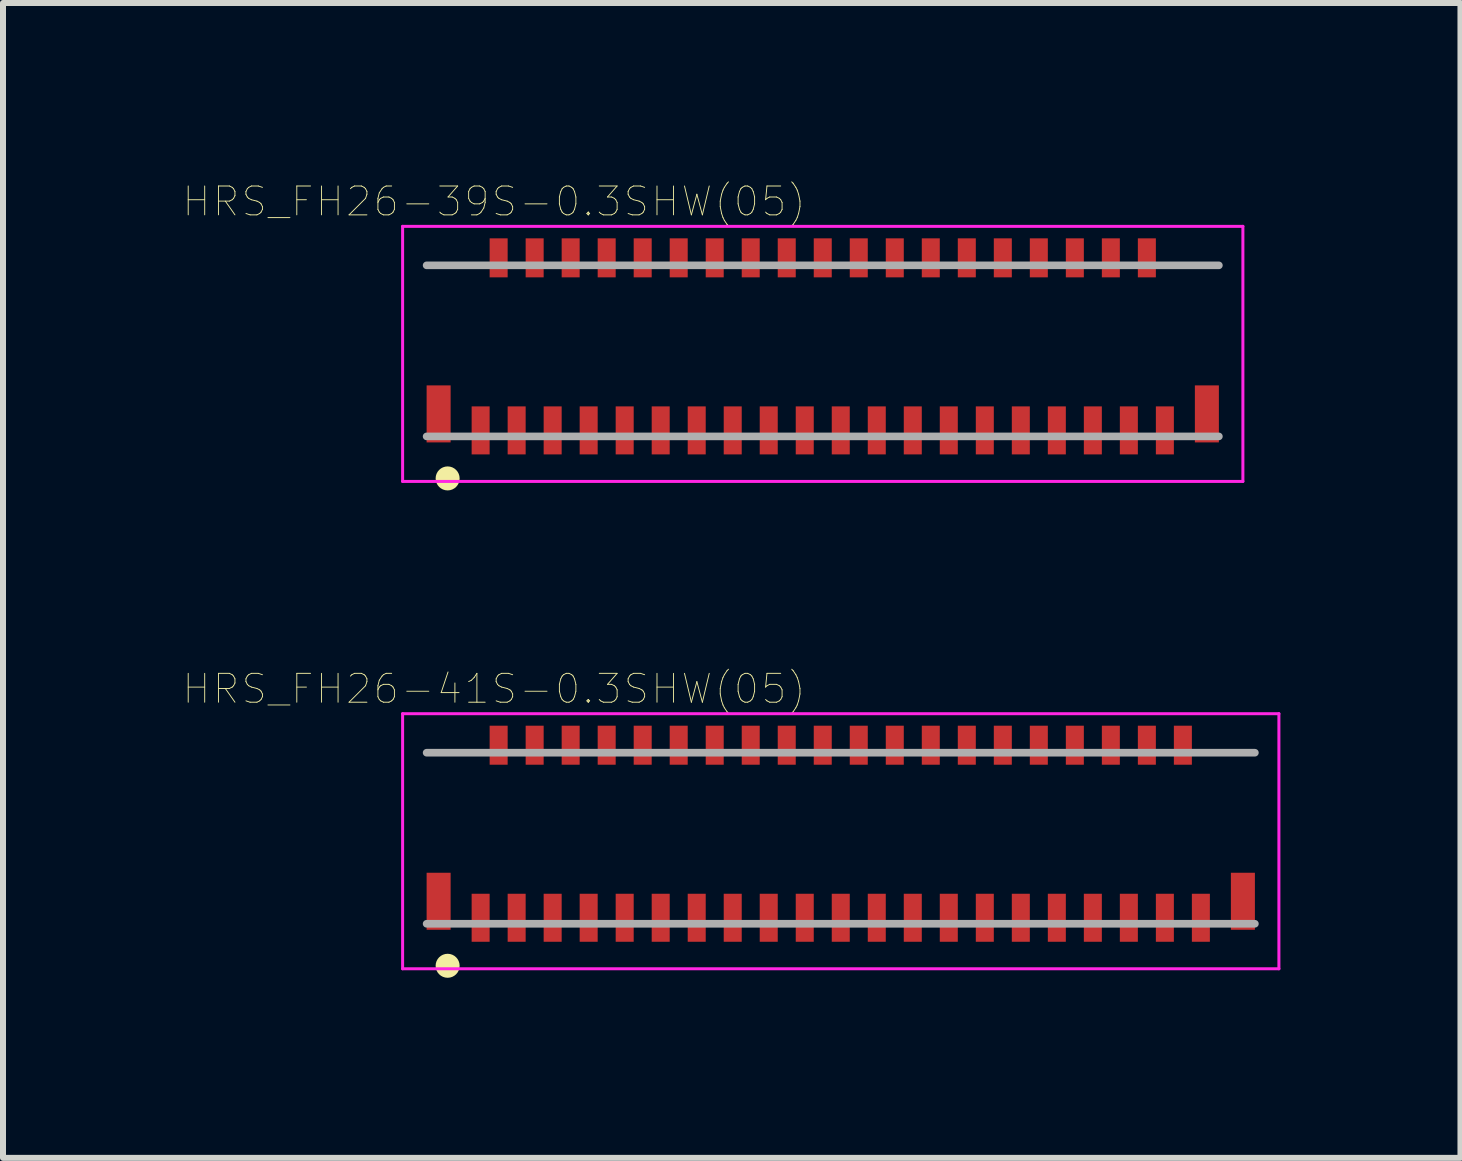
<source format=kicad_pcb>
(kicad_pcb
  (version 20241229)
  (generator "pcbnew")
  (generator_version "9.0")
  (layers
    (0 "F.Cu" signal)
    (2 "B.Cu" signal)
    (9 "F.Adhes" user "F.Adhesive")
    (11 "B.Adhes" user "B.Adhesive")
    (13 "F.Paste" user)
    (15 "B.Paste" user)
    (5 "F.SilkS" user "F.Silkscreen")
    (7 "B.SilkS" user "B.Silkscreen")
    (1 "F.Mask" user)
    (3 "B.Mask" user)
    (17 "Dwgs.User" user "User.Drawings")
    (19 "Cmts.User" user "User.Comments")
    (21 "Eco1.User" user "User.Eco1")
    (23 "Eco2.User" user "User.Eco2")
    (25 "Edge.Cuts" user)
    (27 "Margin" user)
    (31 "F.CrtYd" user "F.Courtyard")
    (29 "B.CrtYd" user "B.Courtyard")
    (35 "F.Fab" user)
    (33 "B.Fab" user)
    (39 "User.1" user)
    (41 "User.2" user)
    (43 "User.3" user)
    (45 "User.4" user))
  (footprint "HRS_FH26-39S-0.3SHW(05)"
    (layer "F.Cu")
    (at 10.658 2.721)
    (property "Reference" "HRS_FH26-39S-0.3SHW(05)" (at -5.476 -2.413 0) (layer "F.SilkS") (effects (font (size 0.481 0.481) (thickness 0.015))))
    (attr through_hole)
    (fp_circle (center -6.25 2.2) (end -6.15 2.2) (stroke (width 0.2) (type solid)) (fill no) (layer "F.SilkS"))
    (fp_line (start -7 -2) (end 7 -2) (stroke (width 0.05) (type solid)) (layer "F.CrtYd"))
    (fp_line (start -7 2.25) (end -7 -2) (stroke (width 0.05) (type solid)) (layer "F.CrtYd"))
    (fp_line (start 7 -2) (end 7 2.25) (stroke (width 0.05) (type solid)) (layer "F.CrtYd"))
    (fp_line (start 7 2.25) (end -7 2.25) (stroke (width 0.05) (type solid)) (layer "F.CrtYd"))
    (fp_line (start -6.6 -1.35) (end 6.6 -1.35) (stroke (width 0.127) (type solid)) (layer "F.Fab"))
    (fp_line (start 6.6 1.5) (end -6.6 1.5) (stroke (width 0.127) (type solid)) (layer "F.Fab"))
    (pad "1" smd rect (at -5.7 1.4) (size 0.3 0.8) (layers "F.Cu" "F.Mask" "F.Paste"))
    (pad "2" smd rect (at -5.4 -1.475) (size 0.3 0.65) (layers "F.Cu" "F.Mask" "F.Paste"))
    (pad "3" smd rect (at -5.1 1.4) (size 0.3 0.8) (layers "F.Cu" "F.Mask" "F.Paste"))
    (pad "4" smd rect (at -4.8 -1.475) (size 0.3 0.65) (layers "F.Cu" "F.Mask" "F.Paste"))
    (pad "5" smd rect (at -4.5 1.4) (size 0.3 0.8) (layers "F.Cu" "F.Mask" "F.Paste"))
    (pad "6" smd rect (at -4.2 -1.475) (size 0.3 0.65) (layers "F.Cu" "F.Mask" "F.Paste"))
    (pad "7" smd rect (at -3.9 1.4) (size 0.3 0.8) (layers "F.Cu" "F.Mask" "F.Paste"))
    (pad "8" smd rect (at -3.6 -1.475) (size 0.3 0.65) (layers "F.Cu" "F.Mask" "F.Paste"))
    (pad "9" smd rect (at -3.3 1.4) (size 0.3 0.8) (layers "F.Cu" "F.Mask" "F.Paste"))
    (pad "10" smd rect (at -3 -1.475) (size 0.3 0.65) (layers "F.Cu" "F.Mask" "F.Paste"))
    (pad "11" smd rect (at -2.7 1.4) (size 0.3 0.8) (layers "F.Cu" "F.Mask" "F.Paste"))
    (pad "12" smd rect (at -2.4 -1.475) (size 0.3 0.65) (layers "F.Cu" "F.Mask" "F.Paste"))
    (pad "13" smd rect (at -2.1 1.4) (size 0.3 0.8) (layers "F.Cu" "F.Mask" "F.Paste"))
    (pad "14" smd rect (at -1.8 -1.475) (size 0.3 0.65) (layers "F.Cu" "F.Mask" "F.Paste"))
    (pad "15" smd rect (at -1.5 1.4) (size 0.3 0.8) (layers "F.Cu" "F.Mask" "F.Paste"))
    (pad "16" smd rect (at -1.2 -1.475) (size 0.3 0.65) (layers "F.Cu" "F.Mask" "F.Paste"))
    (pad "17" smd rect (at -0.9 1.4) (size 0.3 0.8) (layers "F.Cu" "F.Mask" "F.Paste"))
    (pad "18" smd rect (at -0.6 -1.475) (size 0.3 0.65) (layers "F.Cu" "F.Mask" "F.Paste"))
    (pad "19" smd rect (at -0.3 1.4) (size 0.3 0.8) (layers "F.Cu" "F.Mask" "F.Paste"))
    (pad "20" smd rect (at 0 -1.475) (size 0.3 0.65) (layers "F.Cu" "F.Mask" "F.Paste"))
    (pad "21" smd rect (at 0.3 1.4) (size 0.3 0.8) (layers "F.Cu" "F.Mask" "F.Paste"))
    (pad "22" smd rect (at 0.6 -1.475) (size 0.3 0.65) (layers "F.Cu" "F.Mask" "F.Paste"))
    (pad "23" smd rect (at 0.9 1.4) (size 0.3 0.8) (layers "F.Cu" "F.Mask" "F.Paste"))
    (pad "24" smd rect (at 1.2 -1.475) (size 0.3 0.65) (layers "F.Cu" "F.Mask" "F.Paste"))
    (pad "25" smd rect (at 1.5 1.4) (size 0.3 0.8) (layers "F.Cu" "F.Mask" "F.Paste"))
    (pad "26" smd rect (at 1.8 -1.475) (size 0.3 0.65) (layers "F.Cu" "F.Mask" "F.Paste"))
    (pad "27" smd rect (at 2.1 1.4) (size 0.3 0.8) (layers "F.Cu" "F.Mask" "F.Paste"))
    (pad "28" smd rect (at 2.4 -1.475) (size 0.3 0.65) (layers "F.Cu" "F.Mask" "F.Paste"))
    (pad "29" smd rect (at 2.7 1.4) (size 0.3 0.8) (layers "F.Cu" "F.Mask" "F.Paste"))
    (pad "30" smd rect (at 3 -1.475) (size 0.3 0.65) (layers "F.Cu" "F.Mask" "F.Paste"))
    (pad "31" smd rect (at 3.3 1.4) (size 0.3 0.8) (layers "F.Cu" "F.Mask" "F.Paste"))
    (pad "32" smd rect (at 3.6 -1.475) (size 0.3 0.65) (layers "F.Cu" "F.Mask" "F.Paste"))
    (pad "33" smd rect (at 3.9 1.4) (size 0.3 0.8) (layers "F.Cu" "F.Mask" "F.Paste"))
    (pad "34" smd rect (at 4.2 -1.475) (size 0.3 0.65) (layers "F.Cu" "F.Mask" "F.Paste"))
    (pad "35" smd rect (at 4.5 1.4) (size 0.3 0.8) (layers "F.Cu" "F.Mask" "F.Paste"))
    (pad "36" smd rect (at 4.8 -1.475) (size 0.3 0.65) (layers "F.Cu" "F.Mask" "F.Paste"))
    (pad "37" smd rect (at 5.1 1.4) (size 0.3 0.8) (layers "F.Cu" "F.Mask" "F.Paste"))
    (pad "38" smd rect (at 5.4 -1.475) (size 0.3 0.65) (layers "F.Cu" "F.Mask" "F.Paste"))
    (pad "39" smd rect (at 5.7 1.4) (size 0.3 0.8) (layers "F.Cu" "F.Mask" "F.Paste"))
    (pad "SH1" smd rect (at -6.4 1.125) (size 0.4 0.95) (layers "F.Cu" "F.Mask" "F.Paste"))
    (pad "SH2" smd rect (at 6.4 1.125) (size 0.4 0.95) (layers "F.Cu" "F.Mask" "F.Paste")))
  (footprint "HRS_FH26-41S-0.3SHW(05)"
    (layer "F.Cu")
    (at 11.258 10.841)
    (property "Reference" "HRS_FH26-41S-0.3SHW(05)" (at -6.076 -2.413 0) (layer "F.SilkS") (effects (font (size 0.481 0.481) (thickness 0.015))))
    (attr through_hole)
    (fp_circle (center -6.85 2.2) (end -6.75 2.2) (stroke (width 0.2) (type solid)) (fill no) (layer "F.SilkS"))
    (fp_line (start -7.6 -2) (end 7 -2) (stroke (width 0.05) (type solid)) (layer "F.CrtYd"))
    (fp_line (start -7.6 2.25) (end -7.6 -2) (stroke (width 0.05) (type solid)) (layer "F.CrtYd"))
    (fp_line (start 7 -2) (end 7 2.25) (stroke (width 0.05) (type solid)) (layer "F.CrtYd"))
    (fp_line (start 7 2.25) (end -7.6 2.25) (stroke (width 0.05) (type solid)) (layer "F.CrtYd"))
    (fp_line (start -7.2 -1.35) (end 6.6 -1.35) (stroke (width 0.127) (type solid)) (layer "F.Fab"))
    (fp_line (start 6.6 1.5) (end -7.2 1.5) (stroke (width 0.127) (type solid)) (layer "F.Fab"))
    (pad "1" smd rect (at -6.3 1.4) (size 0.3 0.8) (layers "F.Cu" "F.Mask" "F.Paste"))
    (pad "2" smd rect (at -6 -1.475) (size 0.3 0.65) (layers "F.Cu" "F.Mask" "F.Paste"))
    (pad "3" smd rect (at -5.7 1.4) (size 0.3 0.8) (layers "F.Cu" "F.Mask" "F.Paste"))
    (pad "4" smd rect (at -5.4 -1.475) (size 0.3 0.65) (layers "F.Cu" "F.Mask" "F.Paste"))
    (pad "5" smd rect (at -5.1 1.4) (size 0.3 0.8) (layers "F.Cu" "F.Mask" "F.Paste"))
    (pad "6" smd rect (at -4.8 -1.475) (size 0.3 0.65) (layers "F.Cu" "F.Mask" "F.Paste"))
    (pad "7" smd rect (at -4.5 1.4) (size 0.3 0.8) (layers "F.Cu" "F.Mask" "F.Paste"))
    (pad "8" smd rect (at -4.2 -1.475) (size 0.3 0.65) (layers "F.Cu" "F.Mask" "F.Paste"))
    (pad "9" smd rect (at -3.9 1.4) (size 0.3 0.8) (layers "F.Cu" "F.Mask" "F.Paste"))
    (pad "10" smd rect (at -3.6 -1.475) (size 0.3 0.65) (layers "F.Cu" "F.Mask" "F.Paste"))
    (pad "11" smd rect (at -3.3 1.4) (size 0.3 0.8) (layers "F.Cu" "F.Mask" "F.Paste"))
    (pad "12" smd rect (at -3 -1.475) (size 0.3 0.65) (layers "F.Cu" "F.Mask" "F.Paste"))
    (pad "13" smd rect (at -2.7 1.4) (size 0.3 0.8) (layers "F.Cu" "F.Mask" "F.Paste"))
    (pad "14" smd rect (at -2.4 -1.475) (size 0.3 0.65) (layers "F.Cu" "F.Mask" "F.Paste"))
    (pad "15" smd rect (at -2.1 1.4) (size 0.3 0.8) (layers "F.Cu" "F.Mask" "F.Paste"))
    (pad "16" smd rect (at -1.8 -1.475) (size 0.3 0.65) (layers "F.Cu" "F.Mask" "F.Paste"))
    (pad "17" smd rect (at -1.5 1.4) (size 0.3 0.8) (layers "F.Cu" "F.Mask" "F.Paste"))
    (pad "18" smd rect (at -1.2 -1.475) (size 0.3 0.65) (layers "F.Cu" "F.Mask" "F.Paste"))
    (pad "19" smd rect (at -0.9 1.4) (size 0.3 0.8) (layers "F.Cu" "F.Mask" "F.Paste"))
    (pad "20" smd rect (at -0.6 -1.475) (size 0.3 0.65) (layers "F.Cu" "F.Mask" "F.Paste"))
    (pad "21" smd rect (at -0.3 1.4) (size 0.3 0.8) (layers "F.Cu" "F.Mask" "F.Paste"))
    (pad "22" smd rect (at 0 -1.475) (size 0.3 0.65) (layers "F.Cu" "F.Mask" "F.Paste"))
    (pad "23" smd rect (at 0.3 1.4) (size 0.3 0.8) (layers "F.Cu" "F.Mask" "F.Paste"))
    (pad "24" smd rect (at 0.6 -1.475) (size 0.3 0.65) (layers "F.Cu" "F.Mask" "F.Paste"))
    (pad "25" smd rect (at 0.9 1.4) (size 0.3 0.8) (layers "F.Cu" "F.Mask" "F.Paste"))
    (pad "26" smd rect (at 1.2 -1.475) (size 0.3 0.65) (layers "F.Cu" "F.Mask" "F.Paste"))
    (pad "27" smd rect (at 1.5 1.4) (size 0.3 0.8) (layers "F.Cu" "F.Mask" "F.Paste"))
    (pad "28" smd rect (at 1.8 -1.475) (size 0.3 0.65) (layers "F.Cu" "F.Mask" "F.Paste"))
    (pad "29" smd rect (at 2.1 1.4) (size 0.3 0.8) (layers "F.Cu" "F.Mask" "F.Paste"))
    (pad "30" smd rect (at 2.4 -1.475) (size 0.3 0.65) (layers "F.Cu" "F.Mask" "F.Paste"))
    (pad "31" smd rect (at 2.7 1.4) (size 0.3 0.8) (layers "F.Cu" "F.Mask" "F.Paste"))
    (pad "32" smd rect (at 3 -1.475) (size 0.3 0.65) (layers "F.Cu" "F.Mask" "F.Paste"))
    (pad "33" smd rect (at 3.3 1.4) (size 0.3 0.8) (layers "F.Cu" "F.Mask" "F.Paste"))
    (pad "34" smd rect (at 3.6 -1.475) (size 0.3 0.65) (layers "F.Cu" "F.Mask" "F.Paste"))
    (pad "35" smd rect (at 3.9 1.4) (size 0.3 0.8) (layers "F.Cu" "F.Mask" "F.Paste"))
    (pad "36" smd rect (at 4.2 -1.475) (size 0.3 0.65) (layers "F.Cu" "F.Mask" "F.Paste"))
    (pad "37" smd rect (at 4.5 1.4) (size 0.3 0.8) (layers "F.Cu" "F.Mask" "F.Paste"))
    (pad "38" smd rect (at 4.8 -1.475) (size 0.3 0.65) (layers "F.Cu" "F.Mask" "F.Paste"))
    (pad "39" smd rect (at 5.1 1.4) (size 0.3 0.8) (layers "F.Cu" "F.Mask" "F.Paste"))
    (pad "40" smd rect (at 5.4 -1.475) (size 0.3 0.65) (layers "F.Cu" "F.Mask" "F.Paste"))
    (pad "41" smd rect (at 5.7 1.4) (size 0.3 0.8) (layers "F.Cu" "F.Mask" "F.Paste"))
    (pad "SH1" smd rect (at -7 1.125) (size 0.4 0.95) (layers "F.Cu" "F.Mask" "F.Paste"))
    (pad "SH2" smd rect (at 6.4 1.125) (size 0.4 0.95) (layers "F.Cu" "F.Mask" "F.Paste")))
  (gr_rect
    (start -3 -3)
    (end 21.283 16.241)
    (stroke (width 0.1) (type default))
    (fill no)
    (layer "Edge.Cuts")))
</source>
